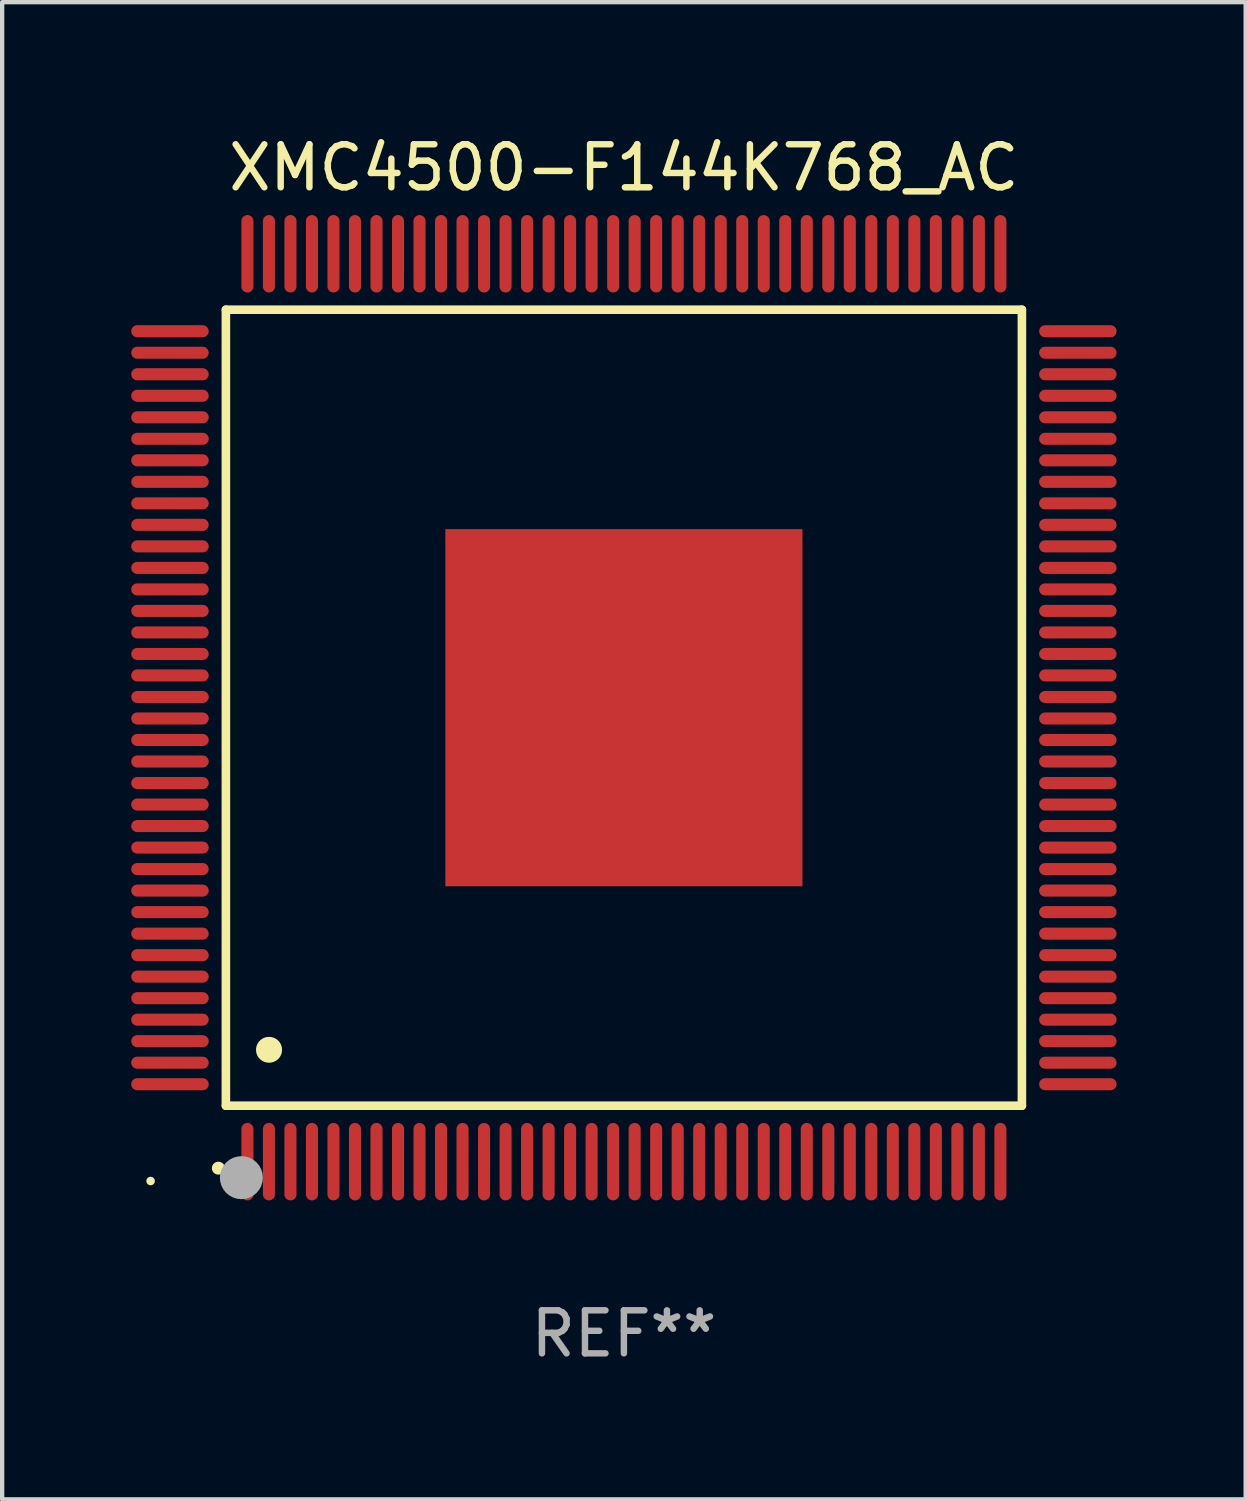
<source format=kicad_pcb>
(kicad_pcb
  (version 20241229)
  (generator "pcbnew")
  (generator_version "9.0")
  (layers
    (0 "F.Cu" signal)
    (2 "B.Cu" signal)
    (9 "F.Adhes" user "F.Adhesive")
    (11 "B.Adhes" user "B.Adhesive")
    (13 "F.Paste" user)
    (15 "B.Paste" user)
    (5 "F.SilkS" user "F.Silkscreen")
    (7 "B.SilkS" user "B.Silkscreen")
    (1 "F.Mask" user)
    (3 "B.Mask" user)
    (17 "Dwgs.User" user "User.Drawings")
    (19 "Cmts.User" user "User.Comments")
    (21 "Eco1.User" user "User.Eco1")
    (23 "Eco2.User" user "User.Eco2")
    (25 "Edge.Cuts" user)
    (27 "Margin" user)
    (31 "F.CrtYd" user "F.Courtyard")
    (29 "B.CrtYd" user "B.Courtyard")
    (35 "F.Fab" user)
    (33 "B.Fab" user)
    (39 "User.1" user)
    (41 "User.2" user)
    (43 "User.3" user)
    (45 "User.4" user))
  (footprint "XMC4500-F144K768_AC"
    (layer "F.Cu")
    (at 11.45 13.398)
    (property "Reference" "XMC4500-F144K768_AC" (at 0 -12.55 0) (layer "F.SilkS") (effects (font (size 1 1) (thickness 0.15))))
    (attr through_hole)
    (fp_line (start -9.25 -9.25) (end 9.25 -9.25) (stroke (width 0.2) (type solid)) (layer "F.SilkS"))
    (fp_line (start -9.25 9.25) (end -9.25 -9.25) (stroke (width 0.2) (type solid)) (layer "F.SilkS"))
    (fp_line (start 9.25 -9.25) (end 9.25 9.25) (stroke (width 0.2) (type solid)) (layer "F.SilkS"))
    (fp_line (start 9.25 9.25) (end -9.25 9.25) (stroke (width 0.2) (type solid)) (layer "F.SilkS"))
    (fp_arc (start -9.425959 10.701041) (mid -9.424689 10.701036) (end -9.423419 10.701041) (stroke (width 0.3) (type solid)) (layer "F.SilkS"))
    (fp_arc (start -8.249936 7.950216) (mid -8.247396 7.950205) (end -8.244856 7.950216) (stroke (width 0.6) (type solid)) (layer "F.SilkS"))
    (fp_circle (center -11 11) (end -10.95 11) (stroke (width 0.1) (type solid)) (fill no) (layer "F.SilkS"))
    (fp_circle (center -8.89 10.922) (end -8.64 10.922) (stroke (width 0.5) (type solid)) (fill no) (layer "F.Fab"))
    (fp_text user "REF**" (at 0 14.55 0) (layer "F.Fab") (effects (font (size 1 1) (thickness 0.15))))
    (pad "1" smd oval (at -8.75 10.55) (size 0.28 1.8) (layers "F.Cu" "F.Mask" "F.Paste"))
    (pad "2" smd oval (at -8.25 10.55) (size 0.28 1.8) (layers "F.Cu" "F.Mask" "F.Paste"))
    (pad "3" smd oval (at -7.75 10.55) (size 0.28 1.8) (layers "F.Cu" "F.Mask" "F.Paste"))
    (pad "4" smd oval (at -7.25 10.55) (size 0.28 1.8) (layers "F.Cu" "F.Mask" "F.Paste"))
    (pad "5" smd oval (at -6.75 10.55) (size 0.28 1.8) (layers "F.Cu" "F.Mask" "F.Paste"))
    (pad "6" smd oval (at -6.25 10.55) (size 0.28 1.8) (layers "F.Cu" "F.Mask" "F.Paste"))
    (pad "7" smd oval (at -5.75 10.55) (size 0.28 1.8) (layers "F.Cu" "F.Mask" "F.Paste"))
    (pad "8" smd oval (at -5.25 10.55) (size 0.28 1.8) (layers "F.Cu" "F.Mask" "F.Paste"))
    (pad "9" smd oval (at -4.75 10.55) (size 0.28 1.8) (layers "F.Cu" "F.Mask" "F.Paste"))
    (pad "10" smd oval (at -4.25 10.55) (size 0.28 1.8) (layers "F.Cu" "F.Mask" "F.Paste"))
    (pad "11" smd oval (at -3.75 10.55) (size 0.28 1.8) (layers "F.Cu" "F.Mask" "F.Paste"))
    (pad "12" smd oval (at -3.25 10.55) (size 0.28 1.8) (layers "F.Cu" "F.Mask" "F.Paste"))
    (pad "13" smd oval (at -2.75 10.55) (size 0.28 1.8) (layers "F.Cu" "F.Mask" "F.Paste"))
    (pad "14" smd oval (at -2.25 10.55) (size 0.28 1.8) (layers "F.Cu" "F.Mask" "F.Paste"))
    (pad "15" smd oval (at -1.75 10.55) (size 0.28 1.8) (layers "F.Cu" "F.Mask" "F.Paste"))
    (pad "16" smd oval (at -1.25 10.55) (size 0.28 1.8) (layers "F.Cu" "F.Mask" "F.Paste"))
    (pad "17" smd oval (at -0.75 10.55) (size 0.28 1.8) (layers "F.Cu" "F.Mask" "F.Paste"))
    (pad "18" smd oval (at -0.25 10.55) (size 0.28 1.8) (layers "F.Cu" "F.Mask" "F.Paste"))
    (pad "19" smd oval (at 0.25 10.55) (size 0.28 1.8) (layers "F.Cu" "F.Mask" "F.Paste"))
    (pad "20" smd oval (at 0.75 10.55) (size 0.28 1.8) (layers "F.Cu" "F.Mask" "F.Paste"))
    (pad "21" smd oval (at 1.25 10.55) (size 0.28 1.8) (layers "F.Cu" "F.Mask" "F.Paste"))
    (pad "22" smd oval (at 1.75 10.55) (size 0.28 1.8) (layers "F.Cu" "F.Mask" "F.Paste"))
    (pad "23" smd oval (at 2.25 10.55) (size 0.28 1.8) (layers "F.Cu" "F.Mask" "F.Paste"))
    (pad "24" smd oval (at 2.75 10.55) (size 0.28 1.8) (layers "F.Cu" "F.Mask" "F.Paste"))
    (pad "25" smd oval (at 3.25 10.55) (size 0.28 1.8) (layers "F.Cu" "F.Mask" "F.Paste"))
    (pad "26" smd oval (at 3.75 10.55) (size 0.28 1.8) (layers "F.Cu" "F.Mask" "F.Paste"))
    (pad "27" smd oval (at 4.25 10.55) (size 0.28 1.8) (layers "F.Cu" "F.Mask" "F.Paste"))
    (pad "28" smd oval (at 4.75 10.55) (size 0.28 1.8) (layers "F.Cu" "F.Mask" "F.Paste"))
    (pad "29" smd oval (at 5.25 10.55) (size 0.28 1.8) (layers "F.Cu" "F.Mask" "F.Paste"))
    (pad "30" smd oval (at 5.75 10.55) (size 0.28 1.8) (layers "F.Cu" "F.Mask" "F.Paste"))
    (pad "31" smd oval (at 6.25 10.55) (size 0.28 1.8) (layers "F.Cu" "F.Mask" "F.Paste"))
    (pad "32" smd oval (at 6.75 10.55) (size 0.28 1.8) (layers "F.Cu" "F.Mask" "F.Paste"))
    (pad "33" smd oval (at 7.25 10.55) (size 0.28 1.8) (layers "F.Cu" "F.Mask" "F.Paste"))
    (pad "34" smd oval (at 7.75 10.55) (size 0.28 1.8) (layers "F.Cu" "F.Mask" "F.Paste"))
    (pad "35" smd oval (at 8.25 10.55) (size 0.28 1.8) (layers "F.Cu" "F.Mask" "F.Paste"))
    (pad "36" smd oval (at 8.75 10.55) (size 0.28 1.8) (layers "F.Cu" "F.Mask" "F.Paste"))
    (pad "37" smd oval (at 10.55 8.75) (size 1.8 0.28) (layers "F.Cu" "F.Mask" "F.Paste"))
    (pad "38" smd oval (at 10.55 8.25) (size 1.8 0.28) (layers "F.Cu" "F.Mask" "F.Paste"))
    (pad "39" smd oval (at 10.55 7.75) (size 1.8 0.28) (layers "F.Cu" "F.Mask" "F.Paste"))
    (pad "40" smd oval (at 10.55 7.25) (size 1.8 0.28) (layers "F.Cu" "F.Mask" "F.Paste"))
    (pad "41" smd oval (at 10.55 6.75) (size 1.8 0.28) (layers "F.Cu" "F.Mask" "F.Paste"))
    (pad "42" smd oval (at 10.55 6.25) (size 1.8 0.28) (layers "F.Cu" "F.Mask" "F.Paste"))
    (pad "43" smd oval (at 10.55 5.75) (size 1.8 0.28) (layers "F.Cu" "F.Mask" "F.Paste"))
    (pad "44" smd oval (at 10.55 5.25) (size 1.8 0.28) (layers "F.Cu" "F.Mask" "F.Paste"))
    (pad "45" smd oval (at 10.55 4.75) (size 1.8 0.28) (layers "F.Cu" "F.Mask" "F.Paste"))
    (pad "46" smd oval (at 10.55 4.25) (size 1.8 0.28) (layers "F.Cu" "F.Mask" "F.Paste"))
    (pad "47" smd oval (at 10.55 3.75) (size 1.8 0.28) (layers "F.Cu" "F.Mask" "F.Paste"))
    (pad "48" smd oval (at 10.55 3.25) (size 1.8 0.28) (layers "F.Cu" "F.Mask" "F.Paste"))
    (pad "49" smd oval (at 10.55 2.75) (size 1.8 0.28) (layers "F.Cu" "F.Mask" "F.Paste"))
    (pad "50" smd oval (at 10.55 2.25) (size 1.8 0.28) (layers "F.Cu" "F.Mask" "F.Paste"))
    (pad "51" smd oval (at 10.55 1.75) (size 1.8 0.28) (layers "F.Cu" "F.Mask" "F.Paste"))
    (pad "52" smd oval (at 10.55 1.25) (size 1.8 0.28) (layers "F.Cu" "F.Mask" "F.Paste"))
    (pad "53" smd oval (at 10.55 0.75) (size 1.8 0.28) (layers "F.Cu" "F.Mask" "F.Paste"))
    (pad "54" smd oval (at 10.55 0.25) (size 1.8 0.28) (layers "F.Cu" "F.Mask" "F.Paste"))
    (pad "55" smd oval (at 10.55 -0.25) (size 1.8 0.28) (layers "F.Cu" "F.Mask" "F.Paste"))
    (pad "56" smd oval (at 10.55 -0.75) (size 1.8 0.28) (layers "F.Cu" "F.Mask" "F.Paste"))
    (pad "57" smd oval (at 10.55 -1.25) (size 1.8 0.28) (layers "F.Cu" "F.Mask" "F.Paste"))
    (pad "58" smd oval (at 10.55 -1.75) (size 1.8 0.28) (layers "F.Cu" "F.Mask" "F.Paste"))
    (pad "59" smd oval (at 10.55 -2.25) (size 1.8 0.28) (layers "F.Cu" "F.Mask" "F.Paste"))
    (pad "60" smd oval (at 10.55 -2.75) (size 1.8 0.28) (layers "F.Cu" "F.Mask" "F.Paste"))
    (pad "61" smd oval (at 10.55 -3.25) (size 1.8 0.28) (layers "F.Cu" "F.Mask" "F.Paste"))
    (pad "62" smd oval (at 10.55 -3.75) (size 1.8 0.28) (layers "F.Cu" "F.Mask" "F.Paste"))
    (pad "63" smd oval (at 10.55 -4.25) (size 1.8 0.28) (layers "F.Cu" "F.Mask" "F.Paste"))
    (pad "64" smd oval (at 10.55 -4.75) (size 1.8 0.28) (layers "F.Cu" "F.Mask" "F.Paste"))
    (pad "65" smd oval (at 10.55 -5.25) (size 1.8 0.28) (layers "F.Cu" "F.Mask" "F.Paste"))
    (pad "66" smd oval (at 10.55 -5.75) (size 1.8 0.28) (layers "F.Cu" "F.Mask" "F.Paste"))
    (pad "67" smd oval (at 10.55 -6.25) (size 1.8 0.28) (layers "F.Cu" "F.Mask" "F.Paste"))
    (pad "68" smd oval (at 10.55 -6.75) (size 1.8 0.28) (layers "F.Cu" "F.Mask" "F.Paste"))
    (pad "69" smd oval (at 10.55 -7.25) (size 1.8 0.28) (layers "F.Cu" "F.Mask" "F.Paste"))
    (pad "70" smd oval (at 10.55 -7.75) (size 1.8 0.28) (layers "F.Cu" "F.Mask" "F.Paste"))
    (pad "71" smd oval (at 10.55 -8.25) (size 1.8 0.28) (layers "F.Cu" "F.Mask" "F.Paste"))
    (pad "72" smd oval (at 10.55 -8.75) (size 1.8 0.28) (layers "F.Cu" "F.Mask" "F.Paste"))
    (pad "73" smd oval (at 8.75 -10.55) (size 0.28 1.8) (layers "F.Cu" "F.Mask" "F.Paste"))
    (pad "74" smd oval (at 8.25 -10.55) (size 0.28 1.8) (layers "F.Cu" "F.Mask" "F.Paste"))
    (pad "75" smd oval (at 7.75 -10.55) (size 0.28 1.8) (layers "F.Cu" "F.Mask" "F.Paste"))
    (pad "76" smd oval (at 7.25 -10.55) (size 0.28 1.8) (layers "F.Cu" "F.Mask" "F.Paste"))
    (pad "77" smd oval (at 6.75 -10.55) (size 0.28 1.8) (layers "F.Cu" "F.Mask" "F.Paste"))
    (pad "78" smd oval (at 6.25 -10.55) (size 0.28 1.8) (layers "F.Cu" "F.Mask" "F.Paste"))
    (pad "79" smd oval (at 5.75 -10.55) (size 0.28 1.8) (layers "F.Cu" "F.Mask" "F.Paste"))
    (pad "80" smd oval (at 5.25 -10.55) (size 0.28 1.8) (layers "F.Cu" "F.Mask" "F.Paste"))
    (pad "81" smd oval (at 4.75 -10.55) (size 0.28 1.8) (layers "F.Cu" "F.Mask" "F.Paste"))
    (pad "82" smd oval (at 4.25 -10.55) (size 0.28 1.8) (layers "F.Cu" "F.Mask" "F.Paste"))
    (pad "83" smd oval (at 3.75 -10.55) (size 0.28 1.8) (layers "F.Cu" "F.Mask" "F.Paste"))
    (pad "84" smd oval (at 3.25 -10.55) (size 0.28 1.8) (layers "F.Cu" "F.Mask" "F.Paste"))
    (pad "85" smd oval (at 2.75 -10.55) (size 0.28 1.8) (layers "F.Cu" "F.Mask" "F.Paste"))
    (pad "86" smd oval (at 2.25 -10.55) (size 0.28 1.8) (layers "F.Cu" "F.Mask" "F.Paste"))
    (pad "87" smd oval (at 1.75 -10.55) (size 0.28 1.8) (layers "F.Cu" "F.Mask" "F.Paste"))
    (pad "88" smd oval (at 1.25 -10.55) (size 0.28 1.8) (layers "F.Cu" "F.Mask" "F.Paste"))
    (pad "89" smd oval (at 0.75 -10.55) (size 0.28 1.8) (layers "F.Cu" "F.Mask" "F.Paste"))
    (pad "90" smd oval (at 0.25 -10.55) (size 0.28 1.8) (layers "F.Cu" "F.Mask" "F.Paste"))
    (pad "91" smd oval (at -0.25 -10.55) (size 0.28 1.8) (layers "F.Cu" "F.Mask" "F.Paste"))
    (pad "92" smd oval (at -0.75 -10.55) (size 0.28 1.8) (layers "F.Cu" "F.Mask" "F.Paste"))
    (pad "93" smd oval (at -1.25 -10.55) (size 0.28 1.8) (layers "F.Cu" "F.Mask" "F.Paste"))
    (pad "94" smd oval (at -1.75 -10.55) (size 0.28 1.8) (layers "F.Cu" "F.Mask" "F.Paste"))
    (pad "95" smd oval (at -2.25 -10.55) (size 0.28 1.8) (layers "F.Cu" "F.Mask" "F.Paste"))
    (pad "96" smd oval (at -2.75 -10.55) (size 0.28 1.8) (layers "F.Cu" "F.Mask" "F.Paste"))
    (pad "97" smd oval (at -3.25 -10.55) (size 0.28 1.8) (layers "F.Cu" "F.Mask" "F.Paste"))
    (pad "98" smd oval (at -3.75 -10.55) (size 0.28 1.8) (layers "F.Cu" "F.Mask" "F.Paste"))
    (pad "99" smd oval (at -4.25 -10.55) (size 0.28 1.8) (layers "F.Cu" "F.Mask" "F.Paste"))
    (pad "100" smd oval (at -4.75 -10.55) (size 0.28 1.8) (layers "F.Cu" "F.Mask" "F.Paste"))
    (pad "101" smd oval (at -5.25 -10.55) (size 0.28 1.8) (layers "F.Cu" "F.Mask" "F.Paste"))
    (pad "102" smd oval (at -5.75 -10.55) (size 0.28 1.8) (layers "F.Cu" "F.Mask" "F.Paste"))
    (pad "103" smd oval (at -6.25 -10.55) (size 0.28 1.8) (layers "F.Cu" "F.Mask" "F.Paste"))
    (pad "104" smd oval (at -6.75 -10.55) (size 0.28 1.8) (layers "F.Cu" "F.Mask" "F.Paste"))
    (pad "105" smd oval (at -7.25 -10.55) (size 0.28 1.8) (layers "F.Cu" "F.Mask" "F.Paste"))
    (pad "106" smd oval (at -7.75 -10.55) (size 0.28 1.8) (layers "F.Cu" "F.Mask" "F.Paste"))
    (pad "107" smd oval (at -8.25 -10.55) (size 0.28 1.8) (layers "F.Cu" "F.Mask" "F.Paste"))
    (pad "108" smd oval (at -8.75 -10.55) (size 0.28 1.8) (layers "F.Cu" "F.Mask" "F.Paste"))
    (pad "109" smd oval (at -10.55 -8.75) (size 1.8 0.28) (layers "F.Cu" "F.Mask" "F.Paste"))
    (pad "110" smd oval (at -10.55 -8.25) (size 1.8 0.28) (layers "F.Cu" "F.Mask" "F.Paste"))
    (pad "111" smd oval (at -10.55 -7.75) (size 1.8 0.28) (layers "F.Cu" "F.Mask" "F.Paste"))
    (pad "112" smd oval (at -10.55 -7.25) (size 1.8 0.28) (layers "F.Cu" "F.Mask" "F.Paste"))
    (pad "113" smd oval (at -10.55 -6.75) (size 1.8 0.28) (layers "F.Cu" "F.Mask" "F.Paste"))
    (pad "114" smd oval (at -10.55 -6.25) (size 1.8 0.28) (layers "F.Cu" "F.Mask" "F.Paste"))
    (pad "115" smd oval (at -10.55 -5.75) (size 1.8 0.28) (layers "F.Cu" "F.Mask" "F.Paste"))
    (pad "116" smd oval (at -10.55 -5.25) (size 1.8 0.28) (layers "F.Cu" "F.Mask" "F.Paste"))
    (pad "117" smd oval (at -10.55 -4.75) (size 1.8 0.28) (layers "F.Cu" "F.Mask" "F.Paste"))
    (pad "118" smd oval (at -10.55 -4.25) (size 1.8 0.28) (layers "F.Cu" "F.Mask" "F.Paste"))
    (pad "119" smd oval (at -10.55 -3.75) (size 1.8 0.28) (layers "F.Cu" "F.Mask" "F.Paste"))
    (pad "120" smd oval (at -10.55 -3.25) (size 1.8 0.28) (layers "F.Cu" "F.Mask" "F.Paste"))
    (pad "121" smd oval (at -10.55 -2.75) (size 1.8 0.28) (layers "F.Cu" "F.Mask" "F.Paste"))
    (pad "122" smd oval (at -10.55 -2.25) (size 1.8 0.28) (layers "F.Cu" "F.Mask" "F.Paste"))
    (pad "123" smd oval (at -10.55 -1.75) (size 1.8 0.28) (layers "F.Cu" "F.Mask" "F.Paste"))
    (pad "124" smd oval (at -10.55 -1.25) (size 1.8 0.28) (layers "F.Cu" "F.Mask" "F.Paste"))
    (pad "125" smd oval (at -10.55 -0.75) (size 1.8 0.28) (layers "F.Cu" "F.Mask" "F.Paste"))
    (pad "126" smd oval (at -10.55 -0.25) (size 1.8 0.28) (layers "F.Cu" "F.Mask" "F.Paste"))
    (pad "127" smd oval (at -10.55 0.25) (size 1.8 0.28) (layers "F.Cu" "F.Mask" "F.Paste"))
    (pad "128" smd oval (at -10.55 0.75) (size 1.8 0.28) (layers "F.Cu" "F.Mask" "F.Paste"))
    (pad "129" smd oval (at -10.55 1.25) (size 1.8 0.28) (layers "F.Cu" "F.Mask" "F.Paste"))
    (pad "130" smd oval (at -10.55 1.75) (size 1.8 0.28) (layers "F.Cu" "F.Mask" "F.Paste"))
    (pad "131" smd oval (at -10.55 2.25) (size 1.8 0.28) (layers "F.Cu" "F.Mask" "F.Paste"))
    (pad "132" smd oval (at -10.55 2.75) (size 1.8 0.28) (layers "F.Cu" "F.Mask" "F.Paste"))
    (pad "133" smd oval (at -10.55 3.25) (size 1.8 0.28) (layers "F.Cu" "F.Mask" "F.Paste"))
    (pad "134" smd oval (at -10.55 3.75) (size 1.8 0.28) (layers "F.Cu" "F.Mask" "F.Paste"))
    (pad "135" smd oval (at -10.55 4.25) (size 1.8 0.28) (layers "F.Cu" "F.Mask" "F.Paste"))
    (pad "136" smd oval (at -10.55 4.75) (size 1.8 0.28) (layers "F.Cu" "F.Mask" "F.Paste"))
    (pad "137" smd oval (at -10.55 5.25) (size 1.8 0.28) (layers "F.Cu" "F.Mask" "F.Paste"))
    (pad "138" smd oval (at -10.55 5.75) (size 1.8 0.28) (layers "F.Cu" "F.Mask" "F.Paste"))
    (pad "139" smd oval (at -10.55 6.25) (size 1.8 0.28) (layers "F.Cu" "F.Mask" "F.Paste"))
    (pad "140" smd oval (at -10.55 6.75) (size 1.8 0.28) (layers "F.Cu" "F.Mask" "F.Paste"))
    (pad "141" smd oval (at -10.55 7.25) (size 1.8 0.28) (layers "F.Cu" "F.Mask" "F.Paste"))
    (pad "142" smd oval (at -10.55 7.75) (size 1.8 0.28) (layers "F.Cu" "F.Mask" "F.Paste"))
    (pad "143" smd oval (at -10.55 8.25) (size 1.8 0.28) (layers "F.Cu" "F.Mask" "F.Paste"))
    (pad "144" smd oval (at -10.55 8.75) (size 1.8 0.28) (layers "F.Cu" "F.Mask" "F.Paste"))
    (pad "145" smd rect (at 0 0) (size 8.3 8.3) (layers "F.Cu" "F.Mask" "F.Paste")))
  (gr_rect
    (start -3 -3)
    (end 25.9 31.796)
    (stroke (width 0.1) (type default))
    (fill no)
    (layer "Edge.Cuts")))
</source>
